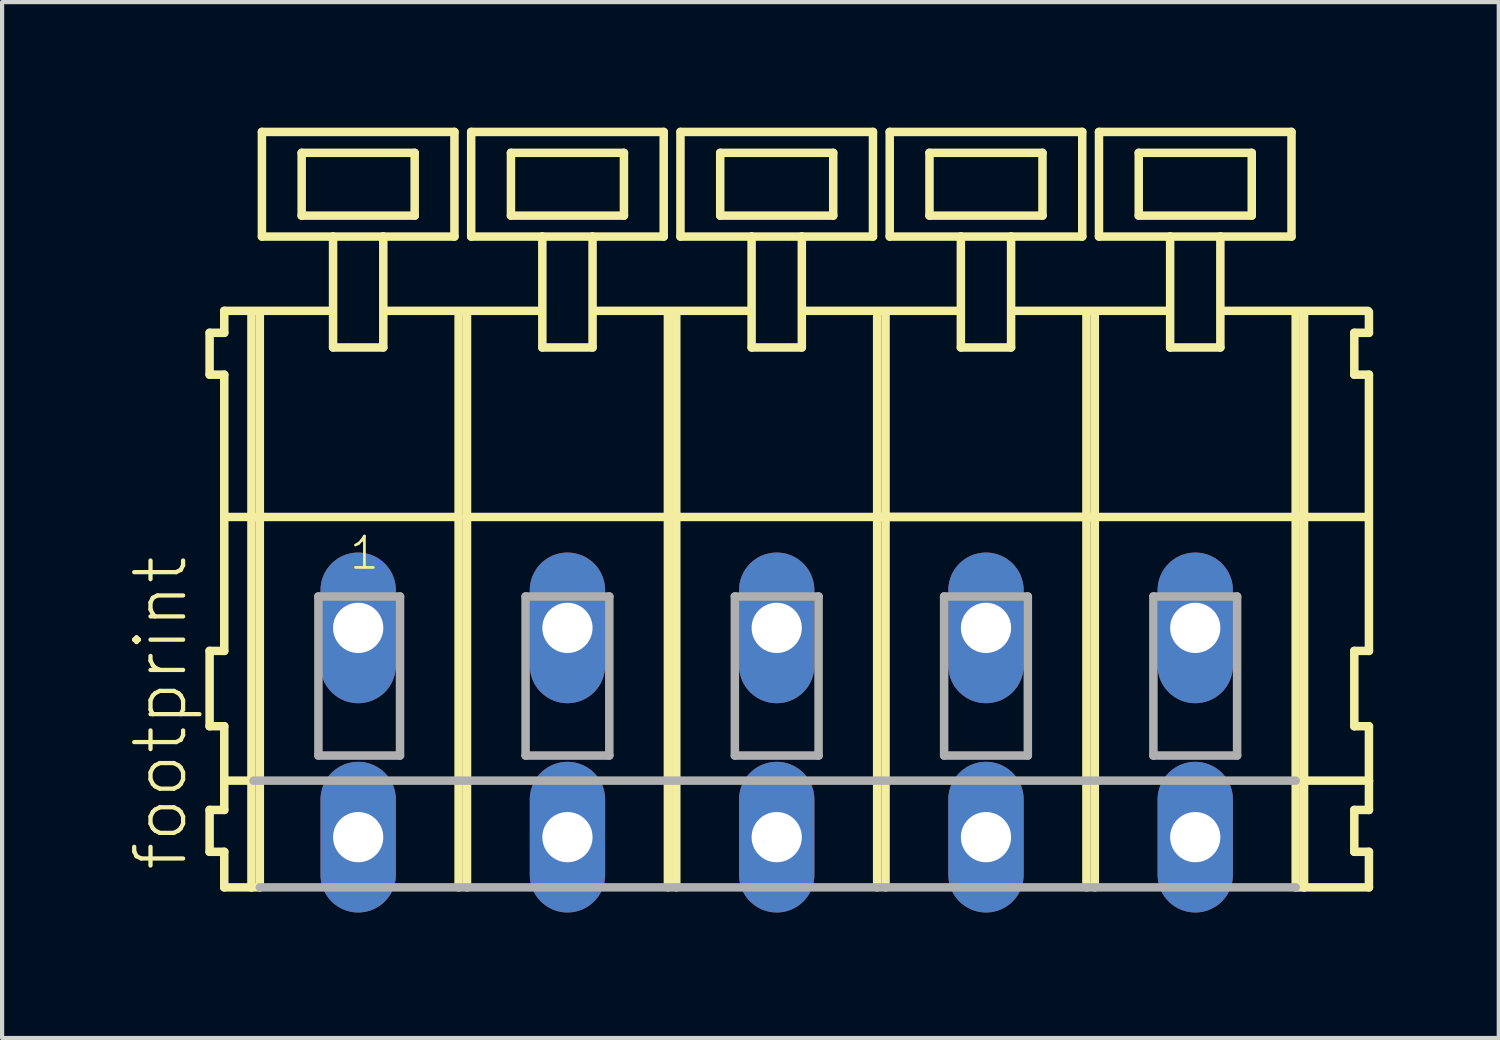
<source format=kicad_pcb>
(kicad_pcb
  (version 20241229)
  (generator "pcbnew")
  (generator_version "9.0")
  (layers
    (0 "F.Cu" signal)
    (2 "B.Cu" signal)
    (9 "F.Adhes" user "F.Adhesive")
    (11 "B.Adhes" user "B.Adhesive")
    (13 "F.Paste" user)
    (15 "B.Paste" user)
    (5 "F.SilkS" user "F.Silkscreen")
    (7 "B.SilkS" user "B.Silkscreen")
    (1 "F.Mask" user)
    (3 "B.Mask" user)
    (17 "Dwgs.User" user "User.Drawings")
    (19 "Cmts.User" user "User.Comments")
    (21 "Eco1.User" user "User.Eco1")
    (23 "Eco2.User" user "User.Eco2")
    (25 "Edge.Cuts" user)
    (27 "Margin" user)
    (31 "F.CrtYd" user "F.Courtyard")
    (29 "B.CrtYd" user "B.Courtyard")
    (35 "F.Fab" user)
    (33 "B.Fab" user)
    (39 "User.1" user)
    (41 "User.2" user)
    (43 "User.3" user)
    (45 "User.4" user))
  (footprint "footprint"
    (layer "F.Cu")
    (at 13.008 11.952)
    (property "Reference" "footprint" (at -11.535 5.855 90) (layer "F.SilkS") (effects (font (size 1.168 1.168) (thickness 0.102)) (justify left bottom)))
    (fp_line (start -11.05 -7.05) (end -11.05 -6.05) (stroke (width 0.203) (type solid)) (layer "F.SilkS"))
    (fp_line (start -11.05 -6.05) (end -10.7 -6.05) (stroke (width 0.203) (type solid)) (layer "F.SilkS"))
    (fp_line (start -11.05 0.55) (end -11.05 2.35) (stroke (width 0.203) (type solid)) (layer "F.SilkS"))
    (fp_line (start -11.05 2.35) (end -10.7 2.35) (stroke (width 0.203) (type solid)) (layer "F.SilkS"))
    (fp_line (start -11.05 4.35) (end -11.05 5.35) (stroke (width 0.203) (type solid)) (layer "F.SilkS"))
    (fp_line (start -11.05 5.35) (end -10.7 5.35) (stroke (width 0.203) (type solid)) (layer "F.SilkS"))
    (fp_line (start -10.7 -7.575) (end -10.7 -7.05) (stroke (width 0.203) (type solid)) (layer "F.SilkS"))
    (fp_line (start -10.7 -7.575) (end -8.125 -7.575) (stroke (width 0.203) (type solid)) (layer "F.SilkS"))
    (fp_line (start -10.7 -7.05) (end -11.05 -7.05) (stroke (width 0.203) (type solid)) (layer "F.SilkS"))
    (fp_line (start -10.7 -6.05) (end -10.7 0.55) (stroke (width 0.203) (type solid)) (layer "F.SilkS"))
    (fp_line (start -10.7 0.55) (end -11.05 0.55) (stroke (width 0.203) (type solid)) (layer "F.SilkS"))
    (fp_line (start -10.7 2.35) (end -10.7 4.35) (stroke (width 0.203) (type solid)) (layer "F.SilkS"))
    (fp_line (start -10.7 3.65) (end -10 3.65) (stroke (width 0.203) (type solid)) (layer "F.SilkS"))
    (fp_line (start -10.7 4.35) (end -11.05 4.35) (stroke (width 0.203) (type solid)) (layer "F.SilkS"))
    (fp_line (start -10.7 5.35) (end -10.7 6.2) (stroke (width 0.203) (type solid)) (layer "F.SilkS"))
    (fp_line (start -10.7 6.2) (end -10.05 6.2) (stroke (width 0.203) (type solid)) (layer "F.SilkS"))
    (fp_line (start -10.65 -2.65) (end -5.1 -2.65) (stroke (width 0.203) (type solid)) (layer "F.SilkS"))
    (fp_line (start -10.05 -7.55) (end -10.05 6.2) (stroke (width 0.203) (type solid)) (layer "F.SilkS"))
    (fp_line (start -10.05 6.2) (end -9.85 6.2) (stroke (width 0.203) (type solid)) (layer "F.SilkS"))
    (fp_line (start -9.85 -7.55) (end -9.85 6.2) (stroke (width 0.203) (type solid)) (layer "F.SilkS"))
    (fp_line (start -9.8 -11.85) (end -9.8 -9.35) (stroke (width 0.203) (type solid)) (layer "F.SilkS"))
    (fp_line (start -9.8 -9.35) (end -8.1 -9.35) (stroke (width 0.203) (type solid)) (layer "F.SilkS"))
    (fp_line (start -8.85 -11.35) (end -8.85 -9.85) (stroke (width 0.203) (type solid)) (layer "F.SilkS"))
    (fp_line (start -8.85 -9.85) (end -6.15 -9.85) (stroke (width 0.203) (type solid)) (layer "F.SilkS"))
    (fp_line (start -8.1 -9.35) (end -8.1 -6.7) (stroke (width 0.203) (type solid)) (layer "F.SilkS"))
    (fp_line (start -8.1 -9.35) (end -6.9 -9.35) (stroke (width 0.203) (type solid)) (layer "F.SilkS"))
    (fp_line (start -8.1 -6.7) (end -6.9 -6.7) (stroke (width 0.203) (type solid)) (layer "F.SilkS"))
    (fp_line (start -6.9 -9.35) (end -5.2 -9.35) (stroke (width 0.203) (type solid)) (layer "F.SilkS"))
    (fp_line (start -6.9 -6.7) (end -6.9 -9.35) (stroke (width 0.203) (type solid)) (layer "F.SilkS"))
    (fp_line (start -6.825 -7.575) (end -3.125 -7.575) (stroke (width 0.203) (type solid)) (layer "F.SilkS"))
    (fp_line (start -6.15 -11.35) (end -8.85 -11.35) (stroke (width 0.203) (type solid)) (layer "F.SilkS"))
    (fp_line (start -6.15 -9.85) (end -6.15 -11.35) (stroke (width 0.203) (type solid)) (layer "F.SilkS"))
    (fp_line (start -5.2 -11.85) (end -9.8 -11.85) (stroke (width 0.203) (type solid)) (layer "F.SilkS"))
    (fp_line (start -5.2 -9.35) (end -5.2 -11.85) (stroke (width 0.203) (type solid)) (layer "F.SilkS"))
    (fp_line (start -5.1 -7.55) (end -5.1 -2.65) (stroke (width 0.203) (type solid)) (layer "F.SilkS"))
    (fp_line (start -5.1 -2.65) (end -5.1 6.2) (stroke (width 0.203) (type solid)) (layer "F.SilkS"))
    (fp_line (start -4.9 -7.55) (end -4.9 -2.65) (stroke (width 0.203) (type solid)) (layer "F.SilkS"))
    (fp_line (start -4.9 -2.65) (end -4.9 6.2) (stroke (width 0.203) (type solid)) (layer "F.SilkS"))
    (fp_line (start -4.9 -2.65) (end -0.1 -2.65) (stroke (width 0.203) (type solid)) (layer "F.SilkS"))
    (fp_line (start -4.8 -11.85) (end -4.8 -9.35) (stroke (width 0.203) (type solid)) (layer "F.SilkS"))
    (fp_line (start -4.8 -9.35) (end -3.1 -9.35) (stroke (width 0.203) (type solid)) (layer "F.SilkS"))
    (fp_line (start -3.85 -11.35) (end -3.85 -9.85) (stroke (width 0.203) (type solid)) (layer "F.SilkS"))
    (fp_line (start -3.85 -9.85) (end -1.15 -9.85) (stroke (width 0.203) (type solid)) (layer "F.SilkS"))
    (fp_line (start -3.1 -9.35) (end -3.1 -6.7) (stroke (width 0.203) (type solid)) (layer "F.SilkS"))
    (fp_line (start -3.1 -9.35) (end -1.9 -9.35) (stroke (width 0.203) (type solid)) (layer "F.SilkS"))
    (fp_line (start -3.1 -6.7) (end -1.9 -6.7) (stroke (width 0.203) (type solid)) (layer "F.SilkS"))
    (fp_line (start -1.9 -9.35) (end -0.2 -9.35) (stroke (width 0.203) (type solid)) (layer "F.SilkS"))
    (fp_line (start -1.9 -6.7) (end -1.9 -9.35) (stroke (width 0.203) (type solid)) (layer "F.SilkS"))
    (fp_line (start -1.875 -7.575) (end 1.875 -7.575) (stroke (width 0.203) (type solid)) (layer "F.SilkS"))
    (fp_line (start -1.15 -11.35) (end -3.85 -11.35) (stroke (width 0.203) (type solid)) (layer "F.SilkS"))
    (fp_line (start -1.15 -9.85) (end -1.15 -11.35) (stroke (width 0.203) (type solid)) (layer "F.SilkS"))
    (fp_line (start -0.2 -11.85) (end -4.8 -11.85) (stroke (width 0.203) (type solid)) (layer "F.SilkS"))
    (fp_line (start -0.2 -9.35) (end -0.2 -11.85) (stroke (width 0.203) (type solid)) (layer "F.SilkS"))
    (fp_line (start -0.1 -7.55) (end -0.1 -2.65) (stroke (width 0.203) (type solid)) (layer "F.SilkS"))
    (fp_line (start -0.1 -2.65) (end -0.1 6.2) (stroke (width 0.203) (type solid)) (layer "F.SilkS"))
    (fp_line (start -0.1 -2.65) (end 0.1 -2.65) (stroke (width 0.203) (type solid)) (layer "F.SilkS"))
    (fp_line (start 0.1 -7.55) (end 0.1 -2.65) (stroke (width 0.203) (type solid)) (layer "F.SilkS"))
    (fp_line (start 0.1 -2.65) (end 0.1 6.2) (stroke (width 0.203) (type solid)) (layer "F.SilkS"))
    (fp_line (start 0.1 -2.65) (end 4.9 -2.65) (stroke (width 0.203) (type solid)) (layer "F.SilkS"))
    (fp_line (start 0.2 -11.85) (end 0.2 -9.35) (stroke (width 0.203) (type solid)) (layer "F.SilkS"))
    (fp_line (start 0.2 -9.35) (end 1.9 -9.35) (stroke (width 0.203) (type solid)) (layer "F.SilkS"))
    (fp_line (start 1.15 -11.35) (end 1.15 -9.85) (stroke (width 0.203) (type solid)) (layer "F.SilkS"))
    (fp_line (start 1.15 -9.85) (end 3.85 -9.85) (stroke (width 0.203) (type solid)) (layer "F.SilkS"))
    (fp_line (start 1.9 -9.35) (end 1.9 -6.7) (stroke (width 0.203) (type solid)) (layer "F.SilkS"))
    (fp_line (start 1.9 -9.35) (end 3.1 -9.35) (stroke (width 0.203) (type solid)) (layer "F.SilkS"))
    (fp_line (start 1.9 -6.7) (end 3.1 -6.7) (stroke (width 0.203) (type solid)) (layer "F.SilkS"))
    (fp_line (start 3.1 -9.35) (end 4.8 -9.35) (stroke (width 0.203) (type solid)) (layer "F.SilkS"))
    (fp_line (start 3.1 -6.7) (end 3.1 -9.35) (stroke (width 0.203) (type solid)) (layer "F.SilkS"))
    (fp_line (start 3.125 -7.575) (end 6.875 -7.575) (stroke (width 0.203) (type solid)) (layer "F.SilkS"))
    (fp_line (start 3.85 -11.35) (end 1.15 -11.35) (stroke (width 0.203) (type solid)) (layer "F.SilkS"))
    (fp_line (start 3.85 -9.85) (end 3.85 -11.35) (stroke (width 0.203) (type solid)) (layer "F.SilkS"))
    (fp_line (start 4.8 -11.85) (end 0.2 -11.85) (stroke (width 0.203) (type solid)) (layer "F.SilkS"))
    (fp_line (start 4.8 -9.35) (end 4.8 -11.85) (stroke (width 0.203) (type solid)) (layer "F.SilkS"))
    (fp_line (start 4.9 -7.55) (end 4.9 -2.65) (stroke (width 0.203) (type solid)) (layer "F.SilkS"))
    (fp_line (start 4.9 -2.65) (end 4.9 6.2) (stroke (width 0.203) (type solid)) (layer "F.SilkS"))
    (fp_line (start 4.9 -2.65) (end 5.1 -2.65) (stroke (width 0.203) (type solid)) (layer "F.SilkS"))
    (fp_line (start 4.9 -2.65) (end 14.9 -2.65) (stroke (width 0.203) (type solid)) (layer "F.SilkS"))
    (fp_line (start 5.1 -7.55) (end 5.1 -2.65) (stroke (width 0.203) (type solid)) (layer "F.SilkS"))
    (fp_line (start 5.1 -2.65) (end 5.1 6.2) (stroke (width 0.203) (type solid)) (layer "F.SilkS"))
    (fp_line (start 5.1 -2.65) (end 9.9 -2.65) (stroke (width 0.203) (type solid)) (layer "F.SilkS"))
    (fp_line (start 5.2 -11.85) (end 5.2 -9.35) (stroke (width 0.203) (type solid)) (layer "F.SilkS"))
    (fp_line (start 5.2 -9.35) (end 6.9 -9.35) (stroke (width 0.203) (type solid)) (layer "F.SilkS"))
    (fp_line (start 6.15 -11.35) (end 6.15 -9.85) (stroke (width 0.203) (type solid)) (layer "F.SilkS"))
    (fp_line (start 6.15 -9.85) (end 8.85 -9.85) (stroke (width 0.203) (type solid)) (layer "F.SilkS"))
    (fp_line (start 6.9 -9.35) (end 6.9 -6.7) (stroke (width 0.203) (type solid)) (layer "F.SilkS"))
    (fp_line (start 6.9 -9.35) (end 8.1 -9.35) (stroke (width 0.203) (type solid)) (layer "F.SilkS"))
    (fp_line (start 6.9 -6.7) (end 8.1 -6.7) (stroke (width 0.203) (type solid)) (layer "F.SilkS"))
    (fp_line (start 8.1 -9.35) (end 9.8 -9.35) (stroke (width 0.203) (type solid)) (layer "F.SilkS"))
    (fp_line (start 8.1 -6.7) (end 8.1 -9.35) (stroke (width 0.203) (type solid)) (layer "F.SilkS"))
    (fp_line (start 8.125 -7.575) (end 11.875 -7.575) (stroke (width 0.203) (type solid)) (layer "F.SilkS"))
    (fp_line (start 8.85 -11.35) (end 6.15 -11.35) (stroke (width 0.203) (type solid)) (layer "F.SilkS"))
    (fp_line (start 8.85 -9.85) (end 8.85 -11.35) (stroke (width 0.203) (type solid)) (layer "F.SilkS"))
    (fp_line (start 9.8 -11.85) (end 5.2 -11.85) (stroke (width 0.203) (type solid)) (layer "F.SilkS"))
    (fp_line (start 9.8 -9.35) (end 9.8 -11.85) (stroke (width 0.203) (type solid)) (layer "F.SilkS"))
    (fp_line (start 9.9 -7.55) (end 9.9 -2.65) (stroke (width 0.203) (type solid)) (layer "F.SilkS"))
    (fp_line (start 9.9 -2.65) (end 9.9 6.2) (stroke (width 0.203) (type solid)) (layer "F.SilkS"))
    (fp_line (start 9.9 -2.65) (end 10.1 -2.65) (stroke (width 0.203) (type solid)) (layer "F.SilkS"))
    (fp_line (start 10.1 -7.55) (end 10.1 -2.65) (stroke (width 0.203) (type solid)) (layer "F.SilkS"))
    (fp_line (start 10.1 -2.65) (end 10.1 6.2) (stroke (width 0.203) (type solid)) (layer "F.SilkS"))
    (fp_line (start 10.2 -11.85) (end 10.2 -9.35) (stroke (width 0.203) (type solid)) (layer "F.SilkS"))
    (fp_line (start 10.2 -9.35) (end 11.9 -9.35) (stroke (width 0.203) (type solid)) (layer "F.SilkS"))
    (fp_line (start 11.15 -11.35) (end 11.15 -9.85) (stroke (width 0.203) (type solid)) (layer "F.SilkS"))
    (fp_line (start 11.15 -9.85) (end 13.85 -9.85) (stroke (width 0.203) (type solid)) (layer "F.SilkS"))
    (fp_line (start 11.9 -9.35) (end 11.9 -6.7) (stroke (width 0.203) (type solid)) (layer "F.SilkS"))
    (fp_line (start 11.9 -9.35) (end 13.1 -9.35) (stroke (width 0.203) (type solid)) (layer "F.SilkS"))
    (fp_line (start 11.9 -6.7) (end 13.1 -6.7) (stroke (width 0.203) (type solid)) (layer "F.SilkS"))
    (fp_line (start 13.1 -9.35) (end 14.8 -9.35) (stroke (width 0.203) (type solid)) (layer "F.SilkS"))
    (fp_line (start 13.1 -6.7) (end 13.1 -9.35) (stroke (width 0.203) (type solid)) (layer "F.SilkS"))
    (fp_line (start 13.125 -7.575) (end 16.625 -7.575) (stroke (width 0.203) (type solid)) (layer "F.SilkS"))
    (fp_line (start 13.85 -11.35) (end 11.15 -11.35) (stroke (width 0.203) (type solid)) (layer "F.SilkS"))
    (fp_line (start 13.85 -9.85) (end 13.85 -11.35) (stroke (width 0.203) (type solid)) (layer "F.SilkS"))
    (fp_line (start 14.8 -11.85) (end 10.2 -11.85) (stroke (width 0.203) (type solid)) (layer "F.SilkS"))
    (fp_line (start 14.8 -9.35) (end 14.8 -11.85) (stroke (width 0.203) (type solid)) (layer "F.SilkS"))
    (fp_line (start 14.9 -7.55) (end 14.9 -2.65) (stroke (width 0.203) (type solid)) (layer "F.SilkS"))
    (fp_line (start 14.9 -2.65) (end 14.9 6.2) (stroke (width 0.203) (type solid)) (layer "F.SilkS"))
    (fp_line (start 14.9 -2.65) (end 15.1 -2.65) (stroke (width 0.203) (type solid)) (layer "F.SilkS"))
    (fp_line (start 14.9 6.2) (end 15.1 6.2) (stroke (width 0.203) (type solid)) (layer "F.SilkS"))
    (fp_line (start 14.95 3.65) (end 16.65 3.65) (stroke (width 0.203) (type solid)) (layer "F.SilkS"))
    (fp_line (start 15.1 -7.55) (end 15.1 -2.65) (stroke (width 0.203) (type solid)) (layer "F.SilkS"))
    (fp_line (start 15.1 -2.65) (end 15.1 6.2) (stroke (width 0.203) (type solid)) (layer "F.SilkS"))
    (fp_line (start 15.1 -2.65) (end 16.6 -2.65) (stroke (width 0.203) (type solid)) (layer "F.SilkS"))
    (fp_line (start 15.1 6.2) (end 16.65 6.2) (stroke (width 0.203) (type solid)) (layer "F.SilkS"))
    (fp_line (start 16.3 -7.05) (end 16.3 -6.05) (stroke (width 0.203) (type solid)) (layer "F.SilkS"))
    (fp_line (start 16.3 -6.05) (end 16.65 -6.05) (stroke (width 0.203) (type solid)) (layer "F.SilkS"))
    (fp_line (start 16.3 0.55) (end 16.3 2.35) (stroke (width 0.203) (type solid)) (layer "F.SilkS"))
    (fp_line (start 16.3 2.35) (end 16.65 2.35) (stroke (width 0.203) (type solid)) (layer "F.SilkS"))
    (fp_line (start 16.3 4.35) (end 16.3 5.35) (stroke (width 0.203) (type solid)) (layer "F.SilkS"))
    (fp_line (start 16.3 5.35) (end 16.65 5.35) (stroke (width 0.203) (type solid)) (layer "F.SilkS"))
    (fp_line (start 16.65 -7.05) (end 16.3 -7.05) (stroke (width 0.203) (type solid)) (layer "F.SilkS"))
    (fp_line (start 16.65 -7.05) (end 16.65 -7.55) (stroke (width 0.203) (type solid)) (layer "F.SilkS"))
    (fp_line (start 16.65 0.55) (end 16.3 0.55) (stroke (width 0.203) (type solid)) (layer "F.SilkS"))
    (fp_line (start 16.65 0.55) (end 16.65 -6.05) (stroke (width 0.203) (type solid)) (layer "F.SilkS"))
    (fp_line (start 16.65 3.65) (end 16.65 2.35) (stroke (width 0.203) (type solid)) (layer "F.SilkS"))
    (fp_line (start 16.65 4.35) (end 16.3 4.35) (stroke (width 0.203) (type solid)) (layer "F.SilkS"))
    (fp_line (start 16.65 4.35) (end 16.65 3.65) (stroke (width 0.203) (type solid)) (layer "F.SilkS"))
    (fp_line (start 16.65 6.2) (end 16.65 5.35) (stroke (width 0.203) (type solid)) (layer "F.SilkS"))
    (fp_line (start -10 3.65) (end 14.9 3.65) (stroke (width 0.203) (type solid)) (layer "F.Fab"))
    (fp_line (start -9.85 6.2) (end 14.9 6.2) (stroke (width 0.203) (type solid)) (layer "F.Fab"))
    (fp_line (start -8.45 -0.75) (end -8.45 3.05) (stroke (width 0.203) (type solid)) (layer "F.Fab"))
    (fp_line (start -8.45 3.05) (end -6.5 3.05) (stroke (width 0.203) (type solid)) (layer "F.Fab"))
    (fp_line (start -6.5 -0.75) (end -8.45 -0.75) (stroke (width 0.203) (type solid)) (layer "F.Fab"))
    (fp_line (start -6.5 3.05) (end -6.5 -0.75) (stroke (width 0.203) (type solid)) (layer "F.Fab"))
    (fp_line (start -3.5 -0.75) (end -3.5 3.05) (stroke (width 0.203) (type solid)) (layer "F.Fab"))
    (fp_line (start -3.5 3.05) (end -1.5 3.05) (stroke (width 0.203) (type solid)) (layer "F.Fab"))
    (fp_line (start -1.5 -0.75) (end -3.5 -0.75) (stroke (width 0.203) (type solid)) (layer "F.Fab"))
    (fp_line (start -1.5 3.05) (end -1.5 -0.75) (stroke (width 0.203) (type solid)) (layer "F.Fab"))
    (fp_line (start 1.5 -0.75) (end 1.5 3.05) (stroke (width 0.203) (type solid)) (layer "F.Fab"))
    (fp_line (start 1.5 3.05) (end 3.5 3.05) (stroke (width 0.203) (type solid)) (layer "F.Fab"))
    (fp_line (start 3.5 -0.75) (end 1.5 -0.75) (stroke (width 0.203) (type solid)) (layer "F.Fab"))
    (fp_line (start 3.5 3.05) (end 3.5 -0.75) (stroke (width 0.203) (type solid)) (layer "F.Fab"))
    (fp_line (start 6.5 -0.75) (end 6.5 3.05) (stroke (width 0.203) (type solid)) (layer "F.Fab"))
    (fp_line (start 6.5 3.05) (end 8.5 3.05) (stroke (width 0.203) (type solid)) (layer "F.Fab"))
    (fp_line (start 8.5 -0.75) (end 6.5 -0.75) (stroke (width 0.203) (type solid)) (layer "F.Fab"))
    (fp_line (start 8.5 3.05) (end 8.5 -0.75) (stroke (width 0.203) (type solid)) (layer "F.Fab"))
    (fp_line (start 11.5 -0.75) (end 11.5 3.05) (stroke (width 0.203) (type solid)) (layer "F.Fab"))
    (fp_line (start 11.5 3.05) (end 13.5 3.05) (stroke (width 0.203) (type solid)) (layer "F.Fab"))
    (fp_line (start 13.5 -0.75) (end 11.5 -0.75) (stroke (width 0.203) (type solid)) (layer "F.Fab"))
    (fp_line (start 13.5 3.05) (end 13.5 -0.75) (stroke (width 0.203) (type solid)) (layer "F.Fab"))
    (fp_text user "1" (at -7.75 -1.35 0) (layer "F.SilkS") (effects (font (size 0.748 0.748) (thickness 0.065)) (justify left bottom)))
    (pad "A1" thru_hole oval (at -7.5 0 90) (size 3.6 1.8) (drill 1.2) (layers "*.Cu" "*.Mask"))
    (pad "A2" thru_hole oval (at -2.5 0 90) (size 3.6 1.8) (drill 1.2) (layers "*.Cu" "*.Mask"))
    (pad "A3" thru_hole oval (at 2.5 0 90) (size 3.6 1.8) (drill 1.2) (layers "*.Cu" "*.Mask"))
    (pad "A4" thru_hole oval (at 7.5 0 90) (size 3.6 1.8) (drill 1.2) (layers "*.Cu" "*.Mask"))
    (pad "A5" thru_hole oval (at 12.5 0 90) (size 3.6 1.8) (drill 1.2) (layers "*.Cu" "*.Mask"))
    (pad "B1" thru_hole oval (at -7.5 5 90) (size 3.6 1.8) (drill 1.2) (layers "*.Cu" "*.Mask"))
    (pad "B2" thru_hole oval (at -2.5 5 90) (size 3.6 1.8) (drill 1.2) (layers "*.Cu" "*.Mask"))
    (pad "B3" thru_hole oval (at 2.5 5 90) (size 3.6 1.8) (drill 1.2) (layers "*.Cu" "*.Mask"))
    (pad "B4" thru_hole oval (at 7.5 5 90) (size 3.6 1.8) (drill 1.2) (layers "*.Cu" "*.Mask"))
    (pad "B5" thru_hole oval (at 12.5 5 90) (size 3.6 1.8) (drill 1.2) (layers "*.Cu" "*.Mask")))
  (gr_rect
    (start -3 -3)
    (end 32.76 21.752)
    (stroke (width 0.1) (type default))
    (fill no)
    (layer "Edge.Cuts")))
</source>
